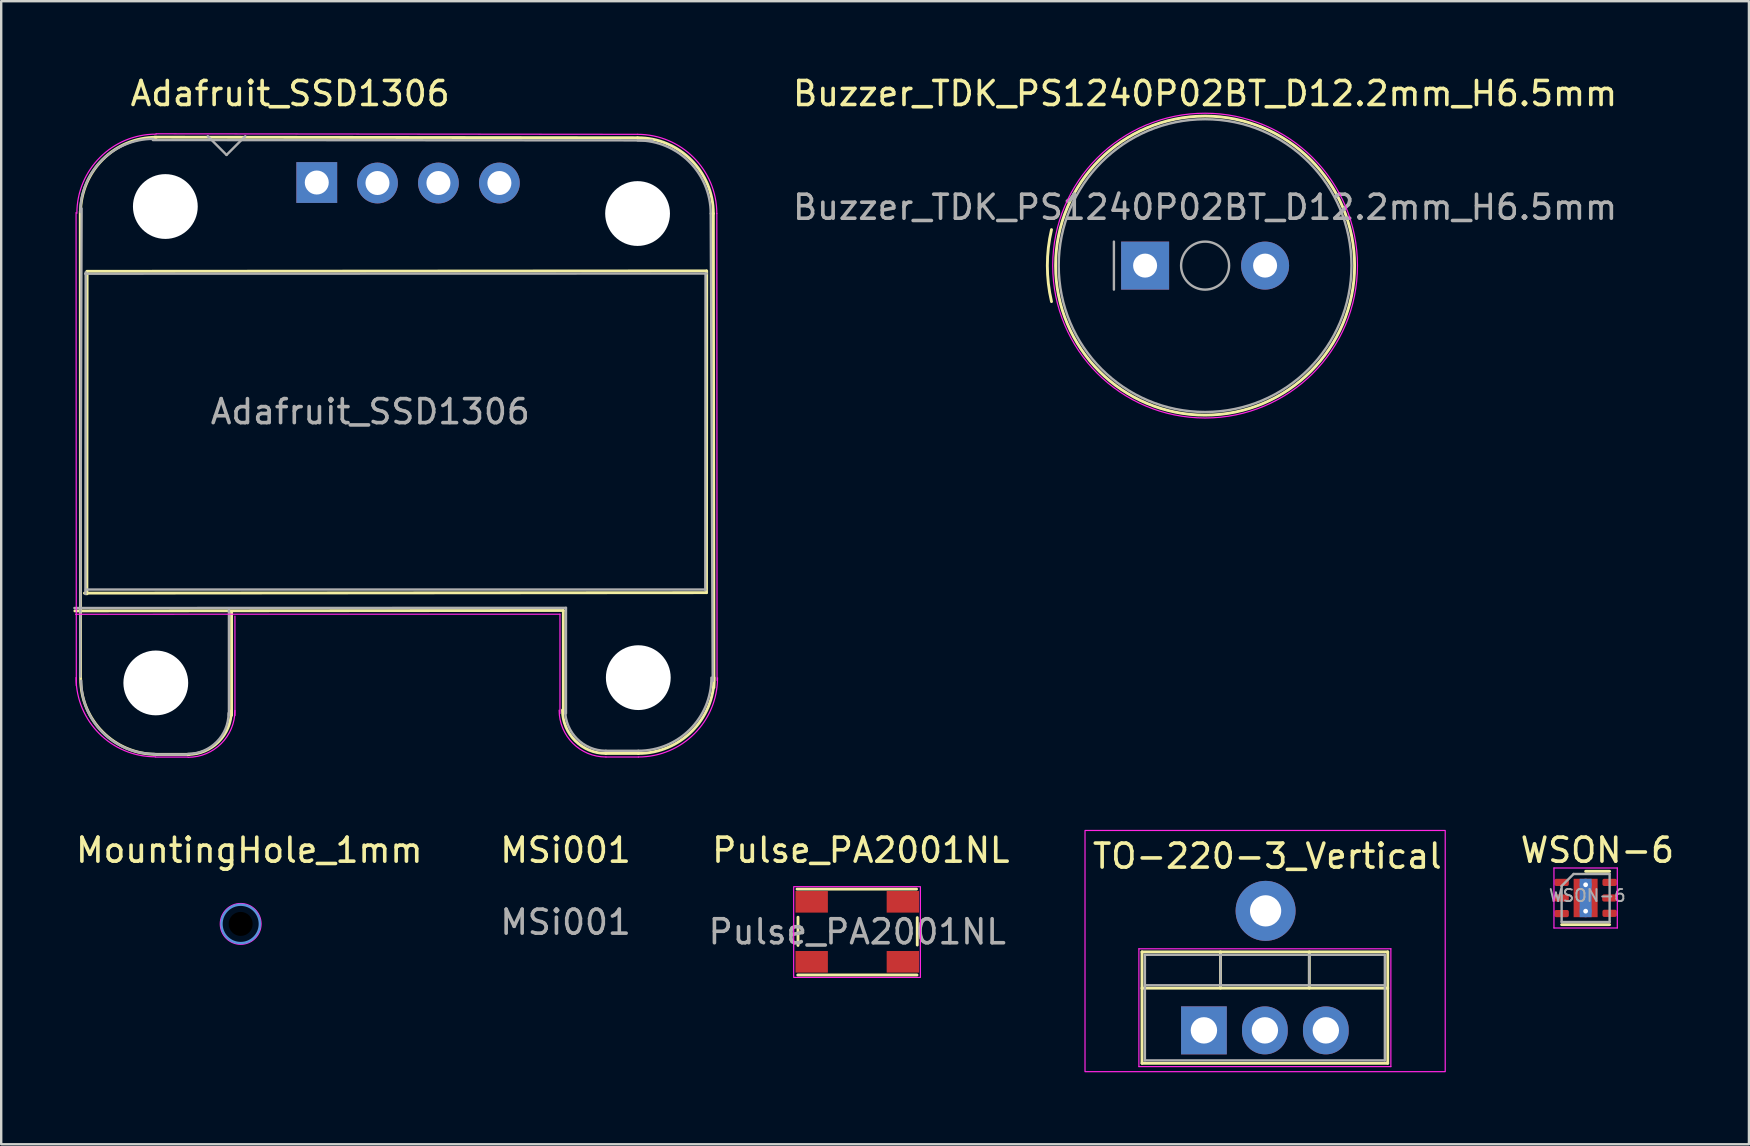
<source format=kicad_pcb>
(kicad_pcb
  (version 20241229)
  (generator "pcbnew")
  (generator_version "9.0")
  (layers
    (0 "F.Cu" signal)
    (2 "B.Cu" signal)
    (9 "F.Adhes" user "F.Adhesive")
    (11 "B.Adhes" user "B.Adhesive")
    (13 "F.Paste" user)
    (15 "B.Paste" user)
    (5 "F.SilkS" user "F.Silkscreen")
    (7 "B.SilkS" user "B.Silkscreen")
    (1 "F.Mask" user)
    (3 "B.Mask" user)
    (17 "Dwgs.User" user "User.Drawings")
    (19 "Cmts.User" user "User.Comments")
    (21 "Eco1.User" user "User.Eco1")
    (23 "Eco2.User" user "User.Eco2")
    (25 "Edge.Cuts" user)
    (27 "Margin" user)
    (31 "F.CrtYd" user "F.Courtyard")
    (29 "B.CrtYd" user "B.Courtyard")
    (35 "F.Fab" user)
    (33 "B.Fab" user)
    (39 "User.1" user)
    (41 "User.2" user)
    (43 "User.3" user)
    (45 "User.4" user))
  (footprint "Adafruit_SSD1306"
    (layer "F.Cu")
    (at 8.738 8.358)
    (property "Reference" "Adafruit_SSD1306" (at 0.302 -7.51 0) (layer "F.SilkS") (effects (font (size 1 1) (thickness 0.15))))
    (attr through_hole)
    (fp_line (start -8.668 14.048) (end 11.686 14.031) (stroke (width 0.12) (type solid)) (layer "F.SilkS"))
    (fp_line (start -8.443 -2.593) (end -8.433 16.809) (stroke (width 0.12) (type solid)) (layer "F.SilkS"))
    (fp_line (start -8.268 13.308) (end 17.652 13.288) (stroke (width 0.12) (type solid)) (layer "F.SilkS"))
    (fp_line (start -8.168 -0.102) (end 17.642 -0.12) (stroke (width 0.12) (type solid)) (layer "F.SilkS"))
    (fp_line (start -8.158 -0.002) (end -8.168 13.338) (stroke (width 0.12) (type solid)) (layer "F.SilkS"))
    (fp_line (start -3.902 20.028) (end -5.254 20.028) (stroke (width 0.12) (type solid)) (layer "F.SilkS"))
    (fp_line (start -2.138 14.112) (end -2.138 18.4) (stroke (width 0.12) (type solid)) (layer "F.SilkS"))
    (fp_line (start 11.686 14.031) (end 11.686 18.319) (stroke (width 0.12) (type solid)) (layer "F.SilkS"))
    (fp_line (start 13.46 19.988) (end 14.812 19.988) (stroke (width 0.12) (type solid)) (layer "F.SilkS"))
    (fp_line (start 14.78 -5.668) (end -5.348 -5.692) (stroke (width 0.12) (type solid)) (layer "F.SilkS"))
    (fp_line (start 17.662 -0.12) (end 17.652 13.288) (stroke (width 0.12) (type solid)) (layer "F.SilkS"))
    (fp_line (start 17.938 -2.51) (end 17.962 17.238) (stroke (width 0.12) (type solid)) (layer "F.SilkS"))
    (fp_arc (start -8.432955 -2.528959) (mid -7.507998 -4.762002) (end -5.274955 -5.686959) (stroke (width 0.12) (type solid)) (layer "F.SilkS"))
    (fp_arc (start -5.269998 20.025998) (mid -7.503041 19.101041) (end -8.427998 16.867998) (stroke (width 0.12) (type solid)) (layer "F.SilkS"))
    (fp_arc (start -2.149861 18.218963) (mid -2.677998 19.497998) (end -3.955861 20.028963) (stroke (width 0.12) (type solid)) (layer "F.SilkS"))
    (fp_arc (start 13.458002 19.987998) (mid 12.180139 19.457033) (end 11.652002 18.177998) (stroke (width 0.12) (type solid)) (layer "F.SilkS"))
    (fp_arc (start 14.780002 -5.668002) (mid 17.013045 -4.743045) (end 17.938002 -2.510002) (stroke (width 0.12) (type solid)) (layer "F.SilkS"))
    (fp_arc (start 17.968002 16.829998) (mid 17.043045 19.063041) (end 14.810002 19.987998) (stroke (width 0.12) (type solid)) (layer "F.SilkS"))
    (fp_line (start -8.638 14.188) (end 11.546 14.185) (stroke (width 0.05) (type solid)) (layer "F.CrtYd"))
    (fp_line (start -8.618 -2.552) (end -8.608 17.163) (stroke (width 0.05) (type solid)) (layer "F.CrtYd"))
    (fp_line (start -3.963 20.138) (end -5.313 20.138) (stroke (width 0.05) (type solid)) (layer "F.CrtYd"))
    (fp_line (start -1.998 14.266) (end -1.998 18.406) (stroke (width 0.05) (type solid)) (layer "F.CrtYd"))
    (fp_line (start 11.546 14.185) (end 11.546 18.325) (stroke (width 0.05) (type solid)) (layer "F.CrtYd"))
    (fp_line (start 13.462 20.136) (end 14.812 20.136) (stroke (width 0.05) (type solid)) (layer "F.CrtYd"))
    (fp_line (start 14.782 -5.81) (end -5.285 -5.832) (stroke (width 0.05) (type solid)) (layer "F.CrtYd"))
    (fp_line (start 18.082 -2.51) (end 18.092 16.948) (stroke (width 0.05) (type solid)) (layer "F.CrtYd"))
    (fp_arc (start -8.584546 -2.51855) (mid -7.617998 -4.852002) (end -5.284546 -5.81855) (stroke (width 0.05) (type solid)) (layer "F.CrtYd"))
    (fp_arc (start -5.317998 20.127998) (mid -7.65145 19.16145) (end -8.617998 16.827998) (stroke (width 0.05) (type solid)) (layer "F.CrtYd"))
    (fp_arc (start -1.997998 18.197998) (mid -2.56914 19.576856) (end -3.947998 20.147998) (stroke (width 0.05) (type solid)) (layer "F.CrtYd"))
    (fp_arc (start 13.462002 20.135998) (mid 12.083144 19.564856) (end 11.512002 18.185998) (stroke (width 0.05) (type solid)) (layer "F.CrtYd"))
    (fp_arc (start 14.782002 -5.810002) (mid 17.115454 -4.843454) (end 18.082002 -2.510002) (stroke (width 0.05) (type solid)) (layer "F.CrtYd"))
    (fp_arc (start 18.112002 16.835998) (mid 17.145454 19.16945) (end 14.812002 20.135998) (stroke (width 0.05) (type solid)) (layer "F.CrtYd"))
    (fp_line (start -8.688 13.928) (end 11.796 13.921) (stroke (width 0.1) (type solid)) (layer "F.Fab"))
    (fp_line (start -8.388 -2.722) (end -8.448 16.789) (stroke (width 0.1) (type solid)) (layer "F.Fab"))
    (fp_line (start -8.238 -0.002) (end 17.662 -0.01) (stroke (width 0.1) (type solid)) (layer "F.Fab"))
    (fp_line (start -8.218 -0.062) (end -8.228 13.346) (stroke (width 0.1) (type solid)) (layer "F.Fab"))
    (fp_line (start -8.208 13.158) (end 17.602 13.158) (stroke (width 0.1) (type solid)) (layer "F.Fab"))
    (fp_line (start -4.022 20.028) (end -5.374 20.028) (stroke (width 0.1) (type solid)) (layer "F.Fab"))
    (fp_line (start -3.128 -5.732) (end -2.348 -4.952) (stroke (width 0.1) (type solid)) (layer "F.Fab"))
    (fp_line (start -2.348 -4.952) (end -1.568 -5.732) (stroke (width 0.1) (type solid)) (layer "F.Fab"))
    (fp_line (start -2.248 14.002) (end -2.248 18.4) (stroke (width 0.1) (type solid)) (layer "F.Fab"))
    (fp_line (start 11.796 13.921) (end 11.796 18.319) (stroke (width 0.1) (type solid)) (layer "F.Fab"))
    (fp_line (start 13.46 19.878) (end 14.812 19.878) (stroke (width 0.1) (type solid)) (layer "F.Fab"))
    (fp_line (start 15.39 -5.558) (end -5.418 -5.572) (stroke (width 0.1) (type solid)) (layer "F.Fab"))
    (fp_line (start 17.612 -0.01) (end 17.602 13.188) (stroke (width 0.1) (type solid)) (layer "F.Fab"))
    (fp_line (start 17.828 -2.51) (end 17.912 16.968) (stroke (width 0.1) (type solid)) (layer "F.Fab"))
    (fp_arc (start -8.437998 -2.572002) (mid -7.546674 -4.727849) (end -5.391998 -5.622002) (stroke (width 0.1) (type solid)) (layer "F.Fab"))
    (fp_arc (start -5.357998 20.007998) (mid -7.512674 19.113845) (end -8.403998 16.957998) (stroke (width 0.1) (type solid)) (layer "F.Fab"))
    (fp_arc (start -2.26208 18.306745) (mid -2.757998 19.507998) (end -3.95808 20.006745) (stroke (width 0.1) (type solid)) (layer "F.Fab"))
    (fp_arc (start 13.458002 19.877998) (mid 12.25792 19.379251) (end 11.762002 18.177998) (stroke (width 0.1) (type solid)) (layer "F.Fab"))
    (fp_arc (start 14.780002 -5.558002) (mid 16.935263 -4.665263) (end 17.828002 -2.510002) (stroke (width 0.1) (type solid)) (layer "F.Fab"))
    (fp_arc (start 17.858002 16.829998) (mid 16.965263 18.985259) (end 14.810002 19.877998) (stroke (width 0.1) (type solid)) (layer "F.Fab"))
    (fp_text user "${REFERENCE}" (at 3.642 5.748 0) (layer "F.Fab") (effects (font (size 1 1) (thickness 0.15))))
    (pad "" np_thru_hole circle (at -5.296 17.05) (size 2.7 2.7) (drill 2.7) (layers "*.Cu" "*.Mask"))
    (pad "" np_thru_hole circle (at -4.898 -2.802) (size 2.7 2.7) (drill 2.7) (layers "*.Cu" "*.Mask"))
    (pad "" np_thru_hole circle (at 14.78 -2.51) (size 2.7 2.7) (drill 2.7) (layers "*.Cu" "*.Mask"))
    (pad "" np_thru_hole circle (at 14.81 16.83) (size 2.7 2.7) (drill 2.7) (layers "*.Cu" "*.Mask"))
    (pad "1" thru_hole rect (at 1.412 -3.802) (size 1.7 1.7) (drill 1) (layers "*.Cu" "*.Mask"))
    (pad "2" thru_hole circle (at 3.942 -3.782) (size 1.7 1.7) (drill 1) (layers "*.Cu" "*.Mask"))
    (pad "3" thru_hole circle (at 6.482 -3.782) (size 1.7 1.7) (drill 1) (layers "*.Cu" "*.Mask"))
    (pad "4" thru_hole circle (at 9.022 -3.782) (size 1.7 1.7) (drill 1) (layers "*.Cu" "*.Mask")))
  (footprint "Buzzer_TDK_PS1240P02BT_D12.2mm_H6.5mm"
    (layer "F.Cu")
    (at 44.667 8.018)
    (property "Reference" "Buzzer_TDK_PS1240P02BT_D12.2mm_H6.5mm" (at 2.5 -7.17 0) (layer "F.SilkS") (effects (font (size 1 1) (thickness 0.15))))
    (attr through_hole)
    (fp_arc (start -3.9 1.499999) (mid -4.073431 -0.000001) (end -3.9 -1.5) (stroke (width 0.12) (type solid)) (layer "F.SilkS"))
    (fp_circle (center 2.5 0) (end 8.73 0) (stroke (width 0.12) (type solid)) (fill no) (layer "F.SilkS"))
    (fp_circle (center 2.5 0) (end 8.85 0) (stroke (width 0.05) (type solid)) (fill no) (layer "F.CrtYd"))
    (fp_line (start -1.3 -1) (end -1.3 1) (stroke (width 0.1) (type solid)) (layer "F.Fab"))
    (fp_circle (center 2.5 0) (end 3.5 0) (stroke (width 0.1) (type solid)) (fill no) (layer "F.Fab"))
    (fp_circle (center 2.5 0) (end 8.6 0) (stroke (width 0.1) (type solid)) (fill no) (layer "F.Fab"))
    (fp_text user "${REFERENCE}" (at 2.5 -2.43 0) (layer "F.Fab") (effects (font (size 1 1) (thickness 0.15))))
    (pad "1" thru_hole rect (at 0 0) (size 2 2) (drill 1) (layers "*.Cu" "*.Mask"))
    (pad "2" thru_hole circle (at 5 0) (size 2 2) (drill 1) (layers "*.Cu" "*.Mask")))
  (footprint "MountingHole_1mm"
    (layer "F.Cu")
    (at 6.979 35.45)
    (property "Reference" "MountingHole_1mm" (at 0.36 -3.07 0) (unlocked yes) (layer "F.SilkS") (effects (font (size 1 1) (thickness 0.15))))
    (attr through_hole)
    (fp_circle (center 0 0) (end 0.8 0) (stroke (width 0.1) (type solid)) (fill no) (layer "Cmts.User"))
    (fp_circle (center 0 0) (end 0.85 0) (stroke (width 0.05) (type solid)) (fill no) (layer "F.CrtYd"))
    (pad "" np_thru_hole circle (at 0 0) (size 1 1) (drill 1) (layers "*.Mask")))
  (footprint "WSON-6"
    (layer "F.Cu")
    (at 63.014 34.389)
    (property "Reference" "WSON-6" (at 0.5 -2.01 0) (unlocked yes) (layer "F.SilkS") (effects (font (size 1 1) (thickness 0.15))))
    (attr smd)
    (fp_line (start -0.99 1.09) (end 1.01 1.09) (stroke (width 0.12) (type solid)) (layer "F.SilkS"))
    (fp_line (start 0.01 -1.13) (end 1.01 -1.13) (stroke (width 0.12) (type solid)) (layer "F.SilkS"))
    (fp_line (start -1.31 -1.27) (end -1.31 1.23) (stroke (width 0.05) (type solid)) (layer "F.CrtYd"))
    (fp_line (start -1.31 1.23) (end 1.33 1.23) (stroke (width 0.05) (type solid)) (layer "F.CrtYd"))
    (fp_line (start 1.33 -1.27) (end -1.31 -1.27) (stroke (width 0.05) (type solid)) (layer "F.CrtYd"))
    (fp_line (start 1.33 1.23) (end 1.33 -1.27) (stroke (width 0.05) (type solid)) (layer "F.CrtYd"))
    (fp_line (start -0.99 -0.52) (end -0.49 -1.02) (stroke (width 0.1) (type solid)) (layer "F.Fab"))
    (fp_line (start -0.99 0.98) (end -0.99 -0.52) (stroke (width 0.1) (type solid)) (layer "F.Fab"))
    (fp_line (start -0.49 -1.02) (end 1.01 -1.02) (stroke (width 0.1) (type solid)) (layer "F.Fab"))
    (fp_line (start 1.01 -1.02) (end 1.01 0.98) (stroke (width 0.1) (type solid)) (layer "F.Fab"))
    (fp_line (start 1.01 0.98) (end -0.99 0.98) (stroke (width 0.1) (type solid)) (layer "F.Fab"))
    (fp_text user "${REFERENCE}" (at 0.08 -0.12 0) (layer "F.Fab") (effects (font (size 0.5 0.5) (thickness 0.08))))
    (pad "" smd roundrect (at 0.01 -0.42) (size 0.87 0.69) (layers "F.Paste") (roundrect_rratio 0.25))
    (pad "" smd roundrect (at 0.01 0.38) (size 0.87 0.69) (layers "F.Paste") (roundrect_rratio 0.25))
    (pad "1" smd roundrect (at -0.99 -0.67) (size 0.6 0.3) (layers "F.Cu" "F.Mask" "F.Paste") (roundrect_rratio 0.25))
    (pad "2" smd roundrect (at -0.99 -0.02) (size 0.6 0.3) (layers "F.Cu" "F.Mask" "F.Paste") (roundrect_rratio 0.25))
    (pad "3" smd roundrect (at -0.99 0.63) (size 0.6 0.3) (layers "F.Cu" "F.Mask" "F.Paste") (roundrect_rratio 0.25))
    (pad "4" smd roundrect (at 1.01 0.62) (size 0.6 0.3) (layers "F.Cu" "F.Mask" "F.Paste") (roundrect_rratio 0.25))
    (pad "5" smd roundrect (at 1 -0.02) (size 0.6 0.3) (layers "F.Cu" "F.Mask" "F.Paste") (roundrect_rratio 0.25))
    (pad "6" smd roundrect (at 1.01 -0.67) (size 0.6 0.3) (layers "F.Cu" "F.Mask" "F.Paste") (roundrect_rratio 0.25))
    (pad "7" thru_hole circle (at 0.01 -0.57) (size 0.5 0.5) (drill 0.2) (layers "*.Cu"))
    (pad "7" smd rect (at 0.01 -0.02) (size 0.5 1.6) (layers "B.Cu"))
    (pad "7" smd rect (at 0.01 -0.02) (size 1 1.6) (layers "F.Cu" "F.Mask"))
    (pad "7" thru_hole circle (at 0.01 0.53) (size 0.5 0.5) (drill 0.2) (layers "*.Cu")))
  (footprint "MSi001"
    (layer "F.Cu")
    (at 20.518 32.88)
    (property "Reference" "MSi001" (at 0 -0.5 0) (unlocked yes) (layer "F.SilkS") (effects (font (size 1 1) (thickness 0.15))))
    (attr smd)
    (fp_text user "${REFERENCE}" (at 0 2.5 0) (unlocked yes) (layer "F.Fab") (effects (font (size 1 1) (thickness 0.15)))))
  (footprint "Pulse_PA2001NL"
    (layer "F.Cu")
    (at 32.673 35.779)
    (property "Reference" "Pulse_PA2001NL" (at 0.15 -3.4 0) (layer "F.SilkS") (effects (font (size 1 1) (thickness 0.15))))
    (attr smd)
    (fp_line (start -2.51 -1.78) (end 2.47 -1.78) (stroke (width 0.12) (type solid)) (layer "F.SilkS"))
    (fp_line (start -2.48 1.8) (end 2.49 1.8) (stroke (width 0.12) (type solid)) (layer "F.SilkS"))
    (fp_line (start -2.47 0.568) (end -2.47 -0.608) (stroke (width 0.12) (type solid)) (layer "F.SilkS"))
    (fp_line (start 2.5 0.551) (end 2.5 -0.591) (stroke (width 0.12) (type solid)) (layer "F.SilkS"))
    (fp_rect (start -2.65 -1.88) (end 2.63 1.9) (stroke (width 0.05) (type solid)) (fill no) (layer "F.CrtYd"))
    (fp_text user "${REFERENCE}" (at 0 0 0) (layer "F.Fab") (effects (font (size 1 1) (thickness 0.15))))
    (pad "1" smd rect (at -1.9 -1.25) (size 1.35 0.9) (layers "F.Cu" "F.Mask" "F.Paste"))
    (pad "2" smd rect (at -1.9 1.25) (size 1.35 0.9) (layers "F.Cu" "F.Mask" "F.Paste"))
    (pad "3" smd rect (at 1.9 1.25) (size 1.35 0.9) (layers "F.Cu" "F.Mask" "F.Paste"))
    (pad "4" smd rect (at 1.9 -1.25) (size 1.35 0.9) (layers "F.Cu" "F.Mask" "F.Paste")))
  (footprint "TO-220-3_Vertical"
    (layer "F.Cu")
    (at 47.118 39.886)
    (property "Reference" "TO-220-3_Vertical" (at 2.64 -7.26 0) (layer "F.SilkS") (effects (font (size 1 1) (thickness 0.15))))
    (attr through_hole)
    (fp_line (start -2.58 -3.27) (end -2.58 1.371) (stroke (width 0.12) (type solid)) (layer "F.SilkS"))
    (fp_line (start -2.58 -3.27) (end 7.66 -3.27) (stroke (width 0.12) (type solid)) (layer "F.SilkS"))
    (fp_line (start -2.58 -1.76) (end 7.66 -1.76) (stroke (width 0.12) (type solid)) (layer "F.SilkS"))
    (fp_line (start -2.58 1.371) (end 7.66 1.371) (stroke (width 0.12) (type solid)) (layer "F.SilkS"))
    (fp_line (start 0.69 -3.27) (end 0.69 -1.76) (stroke (width 0.12) (type solid)) (layer "F.SilkS"))
    (fp_line (start 4.391 -3.27) (end 4.391 -1.76) (stroke (width 0.12) (type solid)) (layer "F.SilkS"))
    (fp_line (start 7.66 -3.27) (end 7.66 1.371) (stroke (width 0.12) (type solid)) (layer "F.SilkS"))
    (fp_line (start -2.71 -3.4) (end -2.71 1.51) (stroke (width 0.05) (type solid)) (layer "F.CrtYd"))
    (fp_line (start -2.71 1.51) (end 7.79 1.51) (stroke (width 0.05) (type solid)) (layer "F.CrtYd"))
    (fp_line (start 7.79 -3.4) (end -2.71 -3.4) (stroke (width 0.05) (type solid)) (layer "F.CrtYd"))
    (fp_line (start 7.79 1.51) (end 7.79 -3.4) (stroke (width 0.05) (type solid)) (layer "F.CrtYd"))
    (fp_rect (start -4.955 -8.33) (end 10.055 1.72) (stroke (width 0.05) (type solid)) (fill no) (layer "F.CrtYd"))
    (fp_line (start -2.46 -3.15) (end -2.46 1.25) (stroke (width 0.1) (type solid)) (layer "F.Fab"))
    (fp_line (start -2.46 -1.88) (end 7.54 -1.88) (stroke (width 0.1) (type solid)) (layer "F.Fab"))
    (fp_line (start -2.46 1.25) (end 7.54 1.25) (stroke (width 0.1) (type solid)) (layer "F.Fab"))
    (fp_line (start 0.69 -3.15) (end 0.69 -1.88) (stroke (width 0.1) (type solid)) (layer "F.Fab"))
    (fp_line (start 4.39 -3.15) (end 4.39 -1.88) (stroke (width 0.1) (type solid)) (layer "F.Fab"))
    (fp_line (start 7.54 -3.15) (end -2.46 -3.15) (stroke (width 0.1) (type solid)) (layer "F.Fab"))
    (fp_line (start 7.54 1.25) (end 7.54 -3.15) (stroke (width 0.1) (type solid)) (layer "F.Fab"))
    (pad "1" thru_hole rect (at 0 0) (size 1.905 2) (drill 1.1) (layers "*.Cu" "*.Mask"))
    (pad "2" thru_hole oval (at 2.54 0) (size 1.905 2) (drill 1.1) (layers "*.Cu" "*.Mask"))
    (pad "3" thru_hole oval (at 5.08 0) (size 1.905 2) (drill 1.1) (layers "*.Cu" "*.Mask"))
    (pad "4" thru_hole oval (at 2.57 -4.98) (size 2.5 2.5) (drill 1.3) (layers "*.Cu" "*.Mask")))
  (gr_rect
    (start -3 -3)
    (end 69.829 44.631)
    (stroke (width 0.1) (type default))
    (fill no)
    (layer "Edge.Cuts")))
</source>
